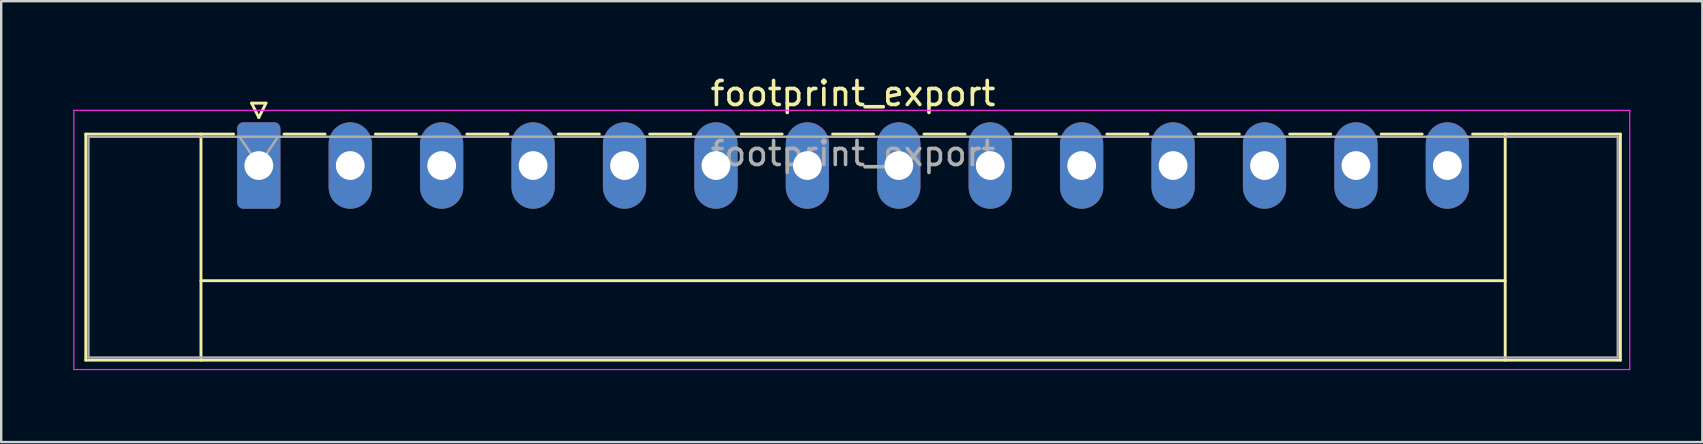
<source format=kicad_pcb>
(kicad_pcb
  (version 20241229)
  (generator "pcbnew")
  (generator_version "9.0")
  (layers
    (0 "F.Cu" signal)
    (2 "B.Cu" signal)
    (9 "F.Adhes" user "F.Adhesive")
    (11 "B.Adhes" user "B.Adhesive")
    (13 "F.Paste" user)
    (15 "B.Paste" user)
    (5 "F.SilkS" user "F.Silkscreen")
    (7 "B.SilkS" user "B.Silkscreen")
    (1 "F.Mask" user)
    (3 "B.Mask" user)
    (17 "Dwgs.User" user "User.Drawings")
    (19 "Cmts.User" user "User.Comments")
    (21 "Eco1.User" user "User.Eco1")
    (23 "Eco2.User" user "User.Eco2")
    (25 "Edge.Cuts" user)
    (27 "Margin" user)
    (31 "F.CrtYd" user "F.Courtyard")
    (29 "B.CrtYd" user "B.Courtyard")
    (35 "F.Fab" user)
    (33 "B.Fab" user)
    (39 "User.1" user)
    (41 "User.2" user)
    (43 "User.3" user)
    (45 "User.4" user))
  (footprint "footprint_export"
    (layer "F.Cu")
    (at 7.735 3.848)
    (property "Reference" "footprint_export" (at 24.76 -3 0) (layer "F.SilkS") (effects (font (size 1 1) (thickness 0.15))))
    (attr through_hole)
    (fp_line (start -7.21 -1.31) (end -7.21 8.11) (stroke (width 0.12) (type solid)) (layer "F.SilkS"))
    (fp_line (start -7.21 -1.31) (end -1.05 -1.31) (stroke (width 0.12) (type solid)) (layer "F.SilkS"))
    (fp_line (start -7.21 8.11) (end 56.74 8.11) (stroke (width 0.12) (type solid)) (layer "F.SilkS"))
    (fp_line (start -2.41 -1.31) (end -2.41 8.11) (stroke (width 0.12) (type solid)) (layer "F.SilkS"))
    (fp_line (start -2.41 4.8) (end 51.94 4.8) (stroke (width 0.12) (type solid)) (layer "F.SilkS"))
    (fp_line (start -0.3 -2.6) (end 0.3 -2.6) (stroke (width 0.12) (type solid)) (layer "F.SilkS"))
    (fp_line (start 0 -2) (end -0.3 -2.6) (stroke (width 0.12) (type solid)) (layer "F.SilkS"))
    (fp_line (start 0.3 -2.6) (end 0 -2) (stroke (width 0.12) (type solid)) (layer "F.SilkS"))
    (fp_line (start 1.05 -1.31) (end 2.76 -1.31) (stroke (width 0.12) (type solid)) (layer "F.SilkS"))
    (fp_line (start 4.86 -1.31) (end 6.57 -1.31) (stroke (width 0.12) (type solid)) (layer "F.SilkS"))
    (fp_line (start 8.67 -1.31) (end 10.38 -1.31) (stroke (width 0.12) (type solid)) (layer "F.SilkS"))
    (fp_line (start 12.48 -1.31) (end 14.19 -1.31) (stroke (width 0.12) (type solid)) (layer "F.SilkS"))
    (fp_line (start 16.29 -1.31) (end 18 -1.31) (stroke (width 0.12) (type solid)) (layer "F.SilkS"))
    (fp_line (start 20.1 -1.31) (end 21.81 -1.31) (stroke (width 0.12) (type solid)) (layer "F.SilkS"))
    (fp_line (start 23.91 -1.31) (end 25.62 -1.31) (stroke (width 0.12) (type solid)) (layer "F.SilkS"))
    (fp_line (start 27.72 -1.31) (end 29.43 -1.31) (stroke (width 0.12) (type solid)) (layer "F.SilkS"))
    (fp_line (start 31.53 -1.31) (end 33.24 -1.31) (stroke (width 0.12) (type solid)) (layer "F.SilkS"))
    (fp_line (start 35.34 -1.31) (end 37.05 -1.31) (stroke (width 0.12) (type solid)) (layer "F.SilkS"))
    (fp_line (start 39.15 -1.31) (end 40.86 -1.31) (stroke (width 0.12) (type solid)) (layer "F.SilkS"))
    (fp_line (start 42.96 -1.31) (end 44.67 -1.31) (stroke (width 0.12) (type solid)) (layer "F.SilkS"))
    (fp_line (start 46.77 -1.31) (end 48.48 -1.31) (stroke (width 0.12) (type solid)) (layer "F.SilkS"))
    (fp_line (start 51.94 -1.31) (end 51.94 8.11) (stroke (width 0.12) (type solid)) (layer "F.SilkS"))
    (fp_line (start 56.74 -1.31) (end 50.58 -1.31) (stroke (width 0.12) (type solid)) (layer "F.SilkS"))
    (fp_line (start 56.74 8.11) (end 56.74 -1.31) (stroke (width 0.12) (type solid)) (layer "F.SilkS"))
    (fp_line (start -7.71 -2.3) (end -7.71 8.5) (stroke (width 0.05) (type solid)) (layer "F.CrtYd"))
    (fp_line (start -7.71 8.5) (end 57.13 8.5) (stroke (width 0.05) (type solid)) (layer "F.CrtYd"))
    (fp_line (start 57.13 -2.3) (end -7.71 -2.3) (stroke (width 0.05) (type solid)) (layer "F.CrtYd"))
    (fp_line (start 57.13 8.5) (end 57.13 -2.3) (stroke (width 0.05) (type solid)) (layer "F.CrtYd"))
    (fp_line (start -7.1 -1.2) (end -7.1 8) (stroke (width 0.1) (type solid)) (layer "F.Fab"))
    (fp_line (start -7.1 8) (end 56.63 8) (stroke (width 0.1) (type solid)) (layer "F.Fab"))
    (fp_line (start 0 0) (end -0.8 -1.2) (stroke (width 0.1) (type solid)) (layer "F.Fab"))
    (fp_line (start 0.8 -1.2) (end 0 0) (stroke (width 0.1) (type solid)) (layer "F.Fab"))
    (fp_line (start 56.63 -1.2) (end -7.1 -1.2) (stroke (width 0.1) (type solid)) (layer "F.Fab"))
    (fp_line (start 56.63 8) (end 56.63 -1.2) (stroke (width 0.1) (type solid)) (layer "F.Fab"))
    (fp_text user "${REFERENCE}" (at 24.76 -0.5 0) (layer "F.Fab") (effects (font (size 1 1) (thickness 0.15))))
    (pad "1" thru_hole roundrect (at 0 0) (size 1.8 3.6) (drill 1.2) (layers "*.Cu" "*.Mask") (roundrect_rratio 0.139))
    (pad "2" thru_hole oval (at 3.81 0) (size 1.8 3.6) (drill 1.2) (layers "*.Cu" "*.Mask"))
    (pad "3" thru_hole oval (at 7.62 0) (size 1.8 3.6) (drill 1.2) (layers "*.Cu" "*.Mask"))
    (pad "4" thru_hole oval (at 11.43 0) (size 1.8 3.6) (drill 1.2) (layers "*.Cu" "*.Mask"))
    (pad "5" thru_hole oval (at 15.24 0) (size 1.8 3.6) (drill 1.2) (layers "*.Cu" "*.Mask"))
    (pad "6" thru_hole oval (at 19.05 0) (size 1.8 3.6) (drill 1.2) (layers "*.Cu" "*.Mask"))
    (pad "7" thru_hole oval (at 22.86 0) (size 1.8 3.6) (drill 1.2) (layers "*.Cu" "*.Mask"))
    (pad "8" thru_hole oval (at 26.67 0) (size 1.8 3.6) (drill 1.2) (layers "*.Cu" "*.Mask"))
    (pad "9" thru_hole oval (at 30.48 0) (size 1.8 3.6) (drill 1.2) (layers "*.Cu" "*.Mask"))
    (pad "10" thru_hole oval (at 34.29 0) (size 1.8 3.6) (drill 1.2) (layers "*.Cu" "*.Mask"))
    (pad "11" thru_hole oval (at 38.1 0) (size 1.8 3.6) (drill 1.2) (layers "*.Cu" "*.Mask"))
    (pad "12" thru_hole oval (at 41.91 0) (size 1.8 3.6) (drill 1.2) (layers "*.Cu" "*.Mask"))
    (pad "13" thru_hole oval (at 45.72 0) (size 1.8 3.6) (drill 1.2) (layers "*.Cu" "*.Mask"))
    (pad "14" thru_hole oval (at 49.53 0) (size 1.8 3.6) (drill 1.2) (layers "*.Cu" "*.Mask")))
  (gr_rect
    (start -3 -3)
    (end 67.89 15.373)
    (stroke (width 0.1) (type default))
    (fill no)
    (layer "Edge.Cuts")))
</source>
